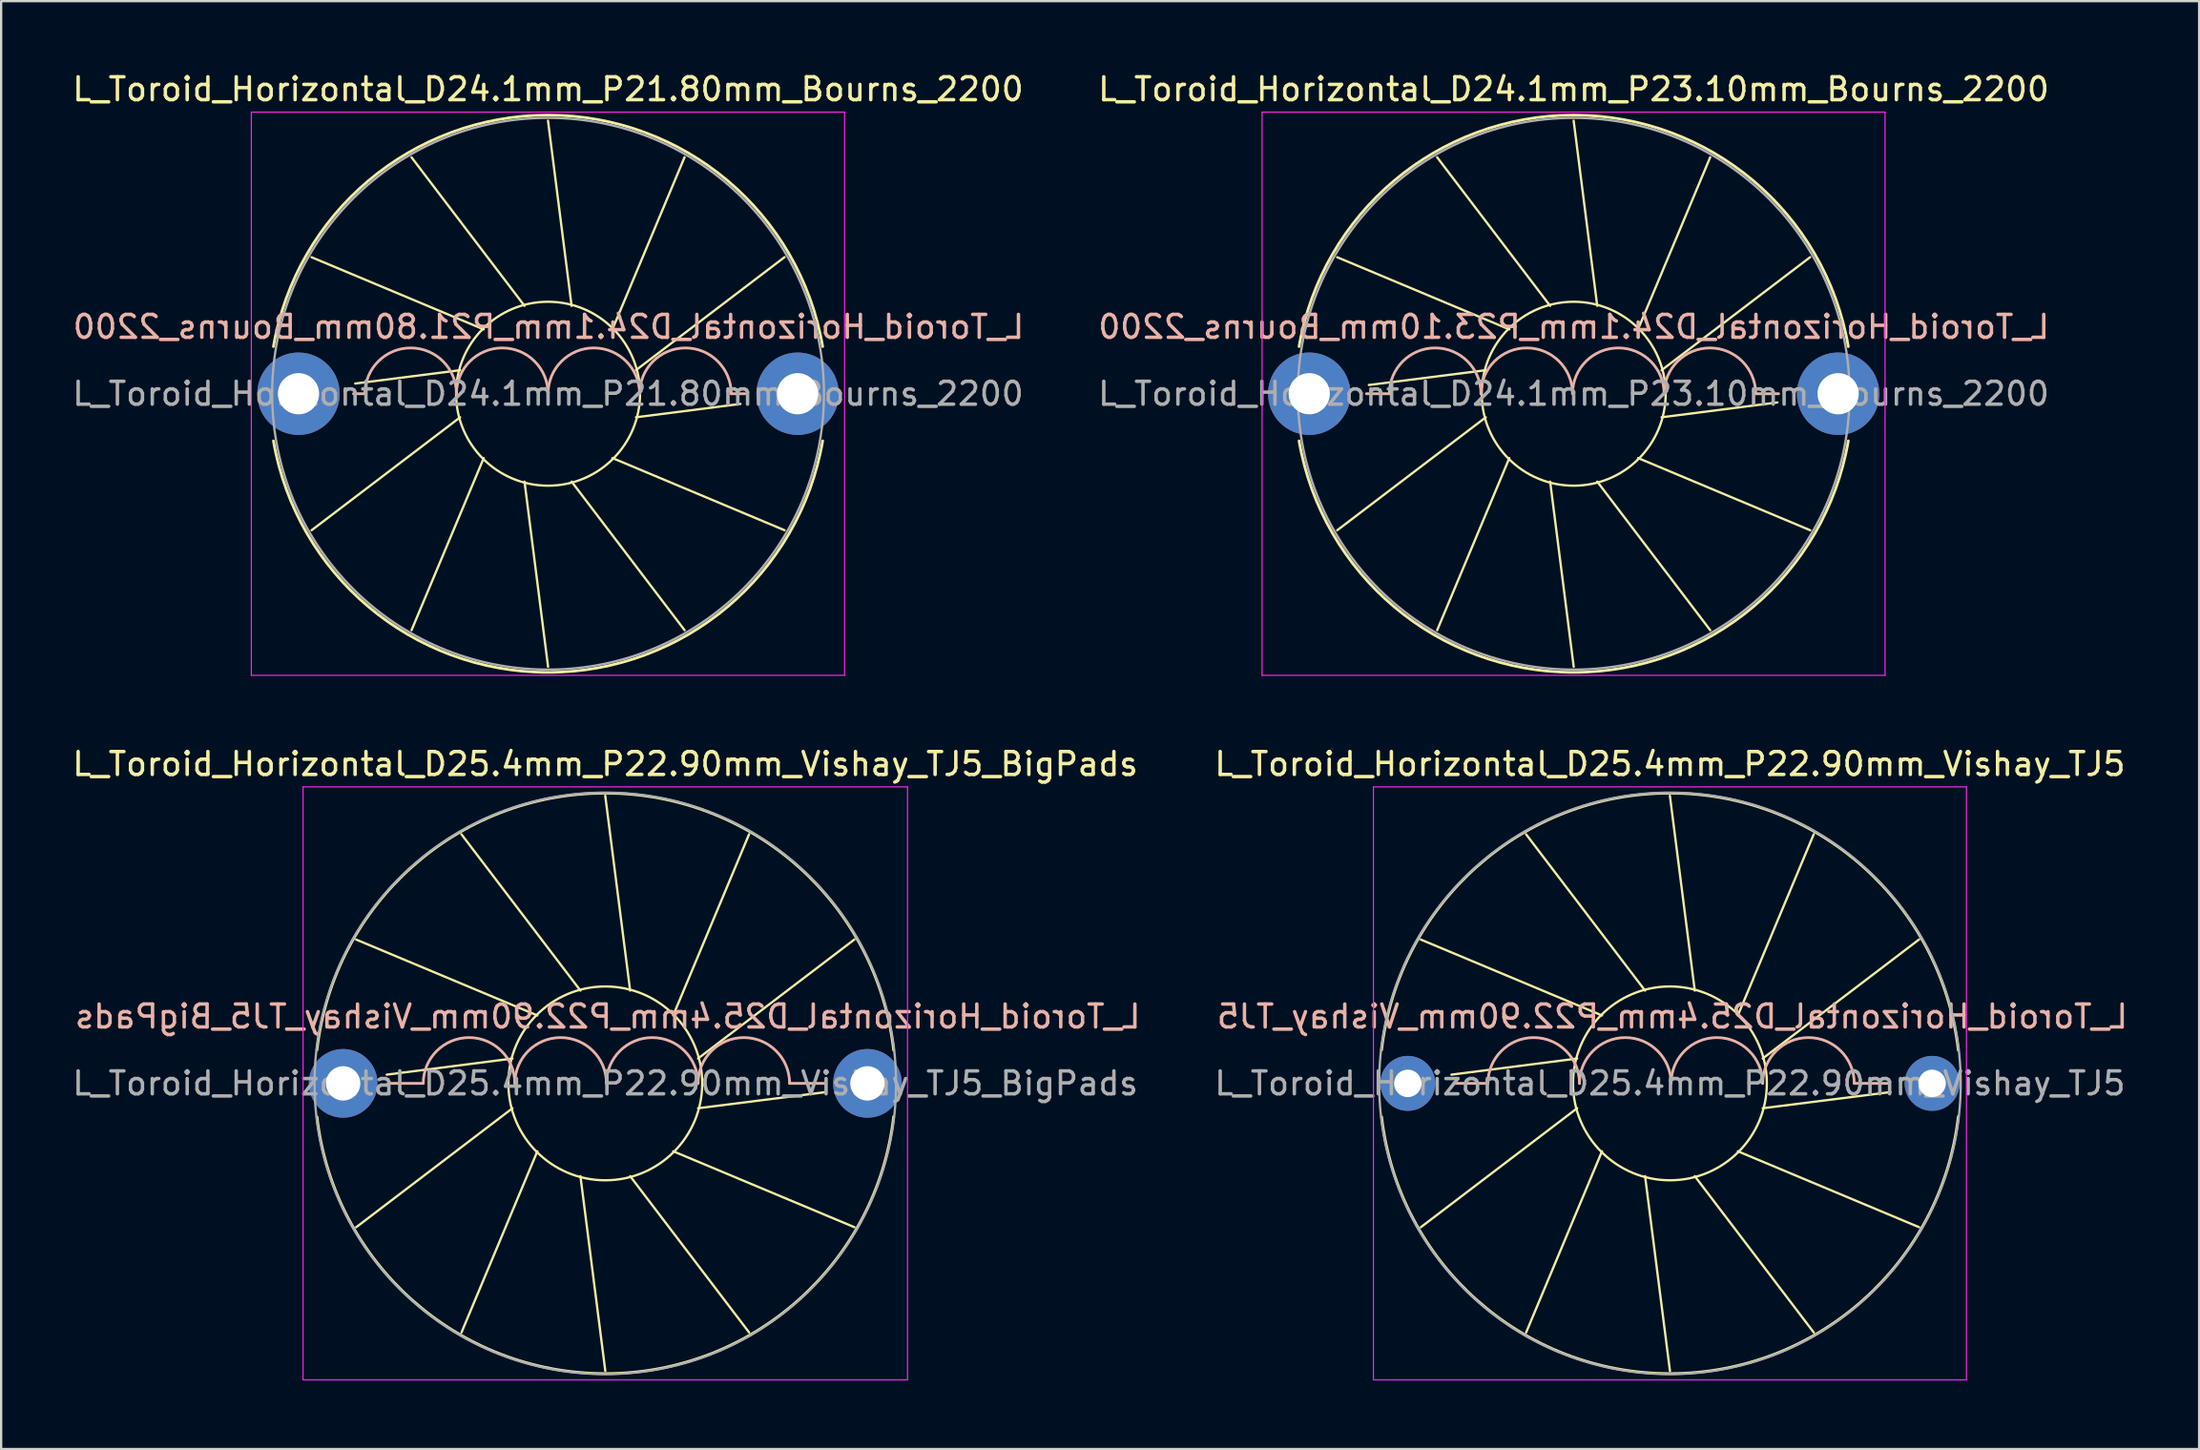
<source format=kicad_pcb>
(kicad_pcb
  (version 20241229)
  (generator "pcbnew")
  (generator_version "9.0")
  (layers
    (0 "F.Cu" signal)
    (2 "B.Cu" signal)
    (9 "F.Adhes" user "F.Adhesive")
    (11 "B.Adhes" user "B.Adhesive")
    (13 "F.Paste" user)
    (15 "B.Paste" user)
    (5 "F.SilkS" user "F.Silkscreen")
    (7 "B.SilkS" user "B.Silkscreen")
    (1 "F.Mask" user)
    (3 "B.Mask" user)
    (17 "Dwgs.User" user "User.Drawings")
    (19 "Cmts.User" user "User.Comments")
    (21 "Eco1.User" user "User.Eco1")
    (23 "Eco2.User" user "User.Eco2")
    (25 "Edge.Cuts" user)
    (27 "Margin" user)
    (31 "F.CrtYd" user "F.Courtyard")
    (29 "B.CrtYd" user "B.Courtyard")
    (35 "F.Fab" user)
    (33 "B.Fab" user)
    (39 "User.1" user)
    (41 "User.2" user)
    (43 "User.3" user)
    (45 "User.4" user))
  (footprint "L_Toroid_Horizontal_D24.1mm_P23.10mm_Bourns_2200"
    (layer "F.Cu")
    (at 54.133 14.148)
    (property "Reference" "L_Toroid_Horizontal_D24.1mm_P23.10mm_Bourns_2200" (at 11.55 -13.3 0) (layer "F.SilkS") (effects (font (size 1 1) (thickness 0.15))))
    (fp_line (start 1.221 -5.962) (end 8.739 -2.81) (stroke (width 0.1) (type solid)) (layer "F.SilkS"))
    (fp_line (start 1.222 5.964) (end 7.711 1.029) (stroke (width 0.1) (type solid)) (layer "F.SilkS"))
    (fp_line (start 2.603 -0.381) (end 7.711 -1.028) (stroke (width 0.1) (type solid)) (layer "F.SilkS"))
    (fp_line (start 5.585 -10.328) (end 10.521 -3.839) (stroke (width 0.1) (type solid)) (layer "F.SilkS"))
    (fp_line (start 5.587 10.329) (end 8.74 2.811) (stroke (width 0.1) (type solid)) (layer "F.SilkS"))
    (fp_line (start 11.548 -11.927) (end 12.578 -3.839) (stroke (width 0.1) (type solid)) (layer "F.SilkS"))
    (fp_line (start 11.551 11.927) (end 10.522 3.839) (stroke (width 0.1) (type solid)) (layer "F.SilkS"))
    (fp_line (start 17.512 -10.33) (end 14.36 -2.811) (stroke (width 0.1) (type solid)) (layer "F.SilkS"))
    (fp_line (start 17.514 10.329) (end 12.579 3.839) (stroke (width 0.1) (type solid)) (layer "F.SilkS"))
    (fp_line (start 20.447 0.381) (end 15.389 1.029) (stroke (width 0.1) (type solid)) (layer "F.SilkS"))
    (fp_line (start 21.878 -5.965) (end 15.389 -1.029) (stroke (width 0.1) (type solid)) (layer "F.SilkS"))
    (fp_line (start 21.879 5.963) (end 14.361 2.81) (stroke (width 0.1) (type solid)) (layer "F.SilkS"))
    (fp_arc (start -0.444386 -2.06) (mid 11.55 -12.17) (end 23.544386 -2.06) (stroke (width 0.12) (type solid)) (layer "F.SilkS"))
    (fp_arc (start 23.544386 2.06) (mid 11.55 12.17) (end -0.444386 2.06) (stroke (width 0.12) (type solid)) (layer "F.SilkS"))
    (fp_circle (center 11.55 0) (end 15.567 0) (stroke (width 0.1) (type solid)) (fill no) (layer "F.SilkS"))
    (fp_line (start 3.5 0) (end 2.5 0) (stroke (width 0.12) (type solid)) (layer "B.SilkS"))
    (fp_line (start 19.5 0) (end 20.5 0) (stroke (width 0.12) (type solid)) (layer "B.SilkS"))
    (fp_arc (start 3.5 0) (mid 5.5 -2) (end 7.5 0) (stroke (width 0.12) (type solid)) (layer "B.SilkS"))
    (fp_arc (start 7.5 0) (mid 9.5 -2) (end 11.5 0) (stroke (width 0.12) (type solid)) (layer "B.SilkS"))
    (fp_arc (start 11.5 0) (mid 13.5 -2) (end 15.5 0) (stroke (width 0.12) (type solid)) (layer "B.SilkS"))
    (fp_arc (start 15.5 0) (mid 17.5 -2) (end 19.5 0) (stroke (width 0.12) (type solid)) (layer "B.SilkS"))
    (fp_line (start -2.06 -12.3) (end -2.06 12.3) (stroke (width 0.05) (type solid)) (layer "F.CrtYd"))
    (fp_line (start -2.06 12.3) (end 25.15 12.3) (stroke (width 0.05) (type solid)) (layer "F.CrtYd"))
    (fp_line (start 25.15 -12.3) (end -2.06 -12.3) (stroke (width 0.05) (type solid)) (layer "F.CrtYd"))
    (fp_line (start 25.15 12.3) (end 25.15 -12.3) (stroke (width 0.05) (type solid)) (layer "F.CrtYd"))
    (fp_circle (center 11.55 0) (end 23.6 0) (stroke (width 0.1) (type solid)) (fill no) (layer "F.Fab"))
    (fp_text user "${REFERENCE}" (at 11.557 -2.921 0) (layer "B.SilkS") (effects (font (size 1 1) (thickness 0.15)) (justify mirror)))
    (fp_text user "${REFERENCE}" (at 11.55 0 0) (layer "F.Fab") (effects (font (size 1 1) (thickness 0.15))))
    (pad "1" thru_hole circle (at 0 0) (size 3.6 3.6) (drill 1.8) (layers "*.Cu" "*.Mask"))
    (pad "2" thru_hole circle (at 23.1 0) (size 3.6 3.6) (drill 1.8) (layers "*.Cu" "*.Mask")))
  (footprint "L_Toroid_Horizontal_D25.4mm_P22.90mm_Vishay_TJ5"
    (layer "F.Cu")
    (at 58.437 44.272)
    (property "Reference" "L_Toroid_Horizontal_D25.4mm_P22.90mm_Vishay_TJ5" (at 11.45 -13.95 0) (layer "F.SilkS") (effects (font (size 1 1) (thickness 0.15))))
    (fp_line (start 0.569 -6.281) (end 8.483 -2.966) (stroke (width 0.1) (type solid)) (layer "F.SilkS"))
    (fp_line (start 0.57 6.283) (end 7.397 1.086) (stroke (width 0.1) (type solid)) (layer "F.SilkS"))
    (fp_line (start 1.905 -0.381) (end 7.397 -1.085) (stroke (width 0.1) (type solid)) (layer "F.SilkS"))
    (fp_line (start 5.167 -10.88) (end 10.364 -4.052) (stroke (width 0.1) (type solid)) (layer "F.SilkS"))
    (fp_line (start 5.169 10.881) (end 8.483 2.967) (stroke (width 0.1) (type solid)) (layer "F.SilkS"))
    (fp_line (start 11.448 -12.564) (end 12.535 -4.053) (stroke (width 0.1) (type solid)) (layer "F.SilkS"))
    (fp_line (start 11.451 12.564) (end 10.364 4.053) (stroke (width 0.1) (type solid)) (layer "F.SilkS"))
    (fp_line (start 17.73 -10.881) (end 14.416 -2.967) (stroke (width 0.1) (type solid)) (layer "F.SilkS"))
    (fp_line (start 17.732 10.88) (end 12.536 4.053) (stroke (width 0.1) (type solid)) (layer "F.SilkS"))
    (fp_line (start 21.082 0.381) (end 15.503 1.086) (stroke (width 0.1) (type solid)) (layer "F.SilkS"))
    (fp_line (start 22.329 -6.284) (end 15.502 -1.087) (stroke (width 0.1) (type solid)) (layer "F.SilkS"))
    (fp_line (start 22.33 6.282) (end 14.417 2.967) (stroke (width 0.1) (type solid)) (layer "F.SilkS"))
    (fp_arc (start -1.143 -1.4605) (mid 11.458425 -12.677407) (end 24.04493 -1.443761) (stroke (width 0.12) (type solid)) (layer "F.SilkS"))
    (fp_arc (start 24.044874 1.44425) (mid 11.458179 12.677407) (end -1.143 1.4605) (stroke (width 0.12) (type solid)) (layer "F.SilkS"))
    (fp_circle (center 11.45 0) (end 15.683 0) (stroke (width 0.1) (type solid)) (fill no) (layer "F.SilkS"))
    (fp_line (start 3.5 0) (end 2 0) (stroke (width 0.12) (type solid)) (layer "B.SilkS"))
    (fp_line (start 19.5 0) (end 21 0) (stroke (width 0.12) (type solid)) (layer "B.SilkS"))
    (fp_arc (start 3.5 0) (mid 5.5 -2) (end 7.5 0) (stroke (width 0.12) (type solid)) (layer "B.SilkS"))
    (fp_arc (start 7.5 0) (mid 9.5 -2) (end 11.5 0) (stroke (width 0.12) (type solid)) (layer "B.SilkS"))
    (fp_arc (start 11.5 0) (mid 13.5 -2) (end 15.5 0) (stroke (width 0.12) (type solid)) (layer "B.SilkS"))
    (fp_arc (start 15.5 0) (mid 17.5 -2) (end 19.5 0) (stroke (width 0.12) (type solid)) (layer "B.SilkS"))
    (fp_line (start -1.5 -12.95) (end -1.5 12.95) (stroke (width 0.05) (type solid)) (layer "F.CrtYd"))
    (fp_line (start -1.5 12.95) (end 24.4 12.95) (stroke (width 0.05) (type solid)) (layer "F.CrtYd"))
    (fp_line (start 24.4 -12.95) (end -1.5 -12.95) (stroke (width 0.05) (type solid)) (layer "F.CrtYd"))
    (fp_line (start 24.4 12.95) (end 24.4 -12.95) (stroke (width 0.05) (type solid)) (layer "F.CrtYd"))
    (fp_circle (center 11.45 0) (end 24.15 0) (stroke (width 0.1) (type solid)) (fill no) (layer "F.Fab"))
    (fp_text user "${REFERENCE}" (at 11.557 -2.921 0) (layer "B.SilkS") (effects (font (size 1 1) (thickness 0.15)) (justify mirror)))
    (fp_text user "${REFERENCE}" (at 11.45 0 0) (layer "F.Fab") (effects (font (size 1 1) (thickness 0.15))))
    (pad "1" thru_hole circle (at 0 0) (size 2.4 2.4) (drill 1.2) (layers "*.Cu" "*.Mask"))
    (pad "2" thru_hole circle (at 22.9 0) (size 2.4 2.4) (drill 1.2) (layers "*.Cu" "*.Mask")))
  (footprint "L_Toroid_Horizontal_D25.4mm_P22.90mm_Vishay_TJ5_BigPads"
    (layer "F.Cu")
    (at 11.937 44.272)
    (property "Reference" "L_Toroid_Horizontal_D25.4mm_P22.90mm_Vishay_TJ5_BigPads" (at 11.45 -13.95 0) (layer "F.SilkS") (effects (font (size 1 1) (thickness 0.15))))
    (fp_line (start 0.569 -6.281) (end 8.483 -2.966) (stroke (width 0.1) (type solid)) (layer "F.SilkS"))
    (fp_line (start 0.57 6.283) (end 7.397 1.086) (stroke (width 0.1) (type solid)) (layer "F.SilkS"))
    (fp_line (start 1.905 -0.381) (end 7.397 -1.085) (stroke (width 0.1) (type solid)) (layer "F.SilkS"))
    (fp_line (start 5.167 -10.88) (end 10.364 -4.052) (stroke (width 0.1) (type solid)) (layer "F.SilkS"))
    (fp_line (start 5.169 10.881) (end 8.483 2.967) (stroke (width 0.1) (type solid)) (layer "F.SilkS"))
    (fp_line (start 11.448 -12.564) (end 12.535 -4.053) (stroke (width 0.1) (type solid)) (layer "F.SilkS"))
    (fp_line (start 11.451 12.564) (end 10.364 4.053) (stroke (width 0.1) (type solid)) (layer "F.SilkS"))
    (fp_line (start 17.73 -10.881) (end 14.416 -2.967) (stroke (width 0.1) (type solid)) (layer "F.SilkS"))
    (fp_line (start 17.732 10.88) (end 12.536 4.053) (stroke (width 0.1) (type solid)) (layer "F.SilkS"))
    (fp_line (start 21.082 0.381) (end 15.503 1.086) (stroke (width 0.1) (type solid)) (layer "F.SilkS"))
    (fp_line (start 22.329 -6.284) (end 15.502 -1.087) (stroke (width 0.1) (type solid)) (layer "F.SilkS"))
    (fp_line (start 22.33 6.282) (end 14.417 2.967) (stroke (width 0.1) (type solid)) (layer "F.SilkS"))
    (fp_arc (start -1.143 -1.4605) (mid 11.458425 -12.677407) (end 24.04493 -1.443761) (stroke (width 0.12) (type solid)) (layer "F.SilkS"))
    (fp_arc (start 24.044874 1.44425) (mid 11.458179 12.677407) (end -1.143 1.4605) (stroke (width 0.12) (type solid)) (layer "F.SilkS"))
    (fp_circle (center 11.45 0) (end 15.683 0) (stroke (width 0.1) (type solid)) (fill no) (layer "F.SilkS"))
    (fp_line (start 3.5 0) (end 2 0) (stroke (width 0.12) (type solid)) (layer "B.SilkS"))
    (fp_line (start 19.5 0) (end 21 0) (stroke (width 0.12) (type solid)) (layer "B.SilkS"))
    (fp_arc (start 3.5 0) (mid 5.5 -2) (end 7.5 0) (stroke (width 0.12) (type solid)) (layer "B.SilkS"))
    (fp_arc (start 7.5 0) (mid 9.5 -2) (end 11.5 0) (stroke (width 0.12) (type solid)) (layer "B.SilkS"))
    (fp_arc (start 11.5 0) (mid 13.5 -2) (end 15.5 0) (stroke (width 0.12) (type solid)) (layer "B.SilkS"))
    (fp_arc (start 15.5 0) (mid 17.5 -2) (end 19.5 0) (stroke (width 0.12) (type solid)) (layer "B.SilkS"))
    (fp_line (start -1.75 -12.95) (end -1.75 12.95) (stroke (width 0.05) (type solid)) (layer "F.CrtYd"))
    (fp_line (start -1.75 12.95) (end 24.65 12.95) (stroke (width 0.05) (type solid)) (layer "F.CrtYd"))
    (fp_line (start 24.65 -12.95) (end -1.75 -12.95) (stroke (width 0.05) (type solid)) (layer "F.CrtYd"))
    (fp_line (start 24.65 12.95) (end 24.65 -12.95) (stroke (width 0.05) (type solid)) (layer "F.CrtYd"))
    (fp_circle (center 11.45 0) (end 24.15 0) (stroke (width 0.1) (type solid)) (fill no) (layer "F.Fab"))
    (fp_text user "${REFERENCE}" (at 11.557 -2.921 0) (layer "B.SilkS") (effects (font (size 1 1) (thickness 0.15)) (justify mirror)))
    (fp_text user "${REFERENCE}" (at 11.45 0 0) (layer "F.Fab") (effects (font (size 1 1) (thickness 0.15))))
    (pad "1" thru_hole circle (at 0 0) (size 3 3) (drill 1.5) (layers "*.Cu" "*.Mask"))
    (pad "2" thru_hole circle (at 22.9 0) (size 3 3) (drill 1.5) (layers "*.Cu" "*.Mask")))
  (footprint "L_Toroid_Horizontal_D24.1mm_P21.80mm_Bourns_2200"
    (layer "F.Cu")
    (at 9.987 14.148)
    (property "Reference" "L_Toroid_Horizontal_D24.1mm_P21.80mm_Bourns_2200" (at 10.9 -13.3 0) (layer "F.SilkS") (effects (font (size 1 1) (thickness 0.15))))
    (fp_line (start 0.571 -5.962) (end 8.089 -2.81) (stroke (width 0.1) (type solid)) (layer "F.SilkS"))
    (fp_line (start 0.572 5.964) (end 7.061 1.029) (stroke (width 0.1) (type solid)) (layer "F.SilkS"))
    (fp_line (start 2.477 -0.445) (end 7.061 -1.028) (stroke (width 0.1) (type solid)) (layer "F.SilkS"))
    (fp_line (start 4.935 -10.328) (end 9.871 -3.839) (stroke (width 0.1) (type solid)) (layer "F.SilkS"))
    (fp_line (start 4.937 10.329) (end 8.09 2.811) (stroke (width 0.1) (type solid)) (layer "F.SilkS"))
    (fp_line (start 10.898 -11.927) (end 11.928 -3.839) (stroke (width 0.1) (type solid)) (layer "F.SilkS"))
    (fp_line (start 10.901 11.927) (end 9.872 3.839) (stroke (width 0.1) (type solid)) (layer "F.SilkS"))
    (fp_line (start 16.862 -10.33) (end 13.71 -2.811) (stroke (width 0.1) (type solid)) (layer "F.SilkS"))
    (fp_line (start 16.864 10.329) (end 11.929 3.839) (stroke (width 0.1) (type solid)) (layer "F.SilkS"))
    (fp_line (start 19.304 0.445) (end 14.739 1.029) (stroke (width 0.1) (type solid)) (layer "F.SilkS"))
    (fp_line (start 21.228 -5.965) (end 14.739 -1.029) (stroke (width 0.1) (type solid)) (layer "F.SilkS"))
    (fp_line (start 21.229 5.963) (end 13.711 2.81) (stroke (width 0.1) (type solid)) (layer "F.SilkS"))
    (fp_arc (start -1.094386 -2.06) (mid 10.9 -12.17) (end 22.894386 -2.06) (stroke (width 0.12) (type solid)) (layer "F.SilkS"))
    (fp_arc (start 22.894386 2.06) (mid 10.9 12.17) (end -1.094386 2.06) (stroke (width 0.12) (type solid)) (layer "F.SilkS"))
    (fp_circle (center 10.9 0) (end 14.917 0) (stroke (width 0.1) (type solid)) (fill no) (layer "F.SilkS"))
    (fp_line (start 2.9 0) (end 2.4 0) (stroke (width 0.12) (type solid)) (layer "B.SilkS"))
    (fp_line (start 18.9 0) (end 19.5 0) (stroke (width 0.12) (type solid)) (layer "B.SilkS"))
    (fp_arc (start 2.9 0) (mid 4.9 -2) (end 6.9 0) (stroke (width 0.12) (type solid)) (layer "B.SilkS"))
    (fp_arc (start 6.9 0) (mid 8.9 -2) (end 10.9 0) (stroke (width 0.12) (type solid)) (layer "B.SilkS"))
    (fp_arc (start 10.9 0) (mid 12.9 -2) (end 14.9 0) (stroke (width 0.12) (type solid)) (layer "B.SilkS"))
    (fp_arc (start 14.9 0) (mid 16.9 -2) (end 18.9 0) (stroke (width 0.12) (type solid)) (layer "B.SilkS"))
    (fp_line (start -2.06 -12.3) (end -2.06 12.3) (stroke (width 0.05) (type solid)) (layer "F.CrtYd"))
    (fp_line (start -2.06 12.3) (end 23.85 12.3) (stroke (width 0.05) (type solid)) (layer "F.CrtYd"))
    (fp_line (start 23.85 -12.3) (end -2.06 -12.3) (stroke (width 0.05) (type solid)) (layer "F.CrtYd"))
    (fp_line (start 23.85 12.3) (end 23.85 -12.3) (stroke (width 0.05) (type solid)) (layer "F.CrtYd"))
    (fp_circle (center 10.9 0) (end 22.95 0) (stroke (width 0.1) (type solid)) (fill no) (layer "F.Fab"))
    (fp_text user "${REFERENCE}" (at 10.922 -2.921 0) (layer "B.SilkS") (effects (font (size 1 1) (thickness 0.15)) (justify mirror)))
    (fp_text user "${REFERENCE}" (at 10.9 0 0) (layer "F.Fab") (effects (font (size 1 1) (thickness 0.15))))
    (pad "1" thru_hole circle (at 0 0) (size 3.6 3.6) (drill 1.8) (layers "*.Cu" "*.Mask"))
    (pad "2" thru_hole circle (at 21.8 0) (size 3.6 3.6) (drill 1.8) (layers "*.Cu" "*.Mask")))
  (gr_rect
    (start -3 -3)
    (end 93 60.246)
    (stroke (width 0.1) (type default))
    (fill no)
    (layer "Edge.Cuts")))
</source>
